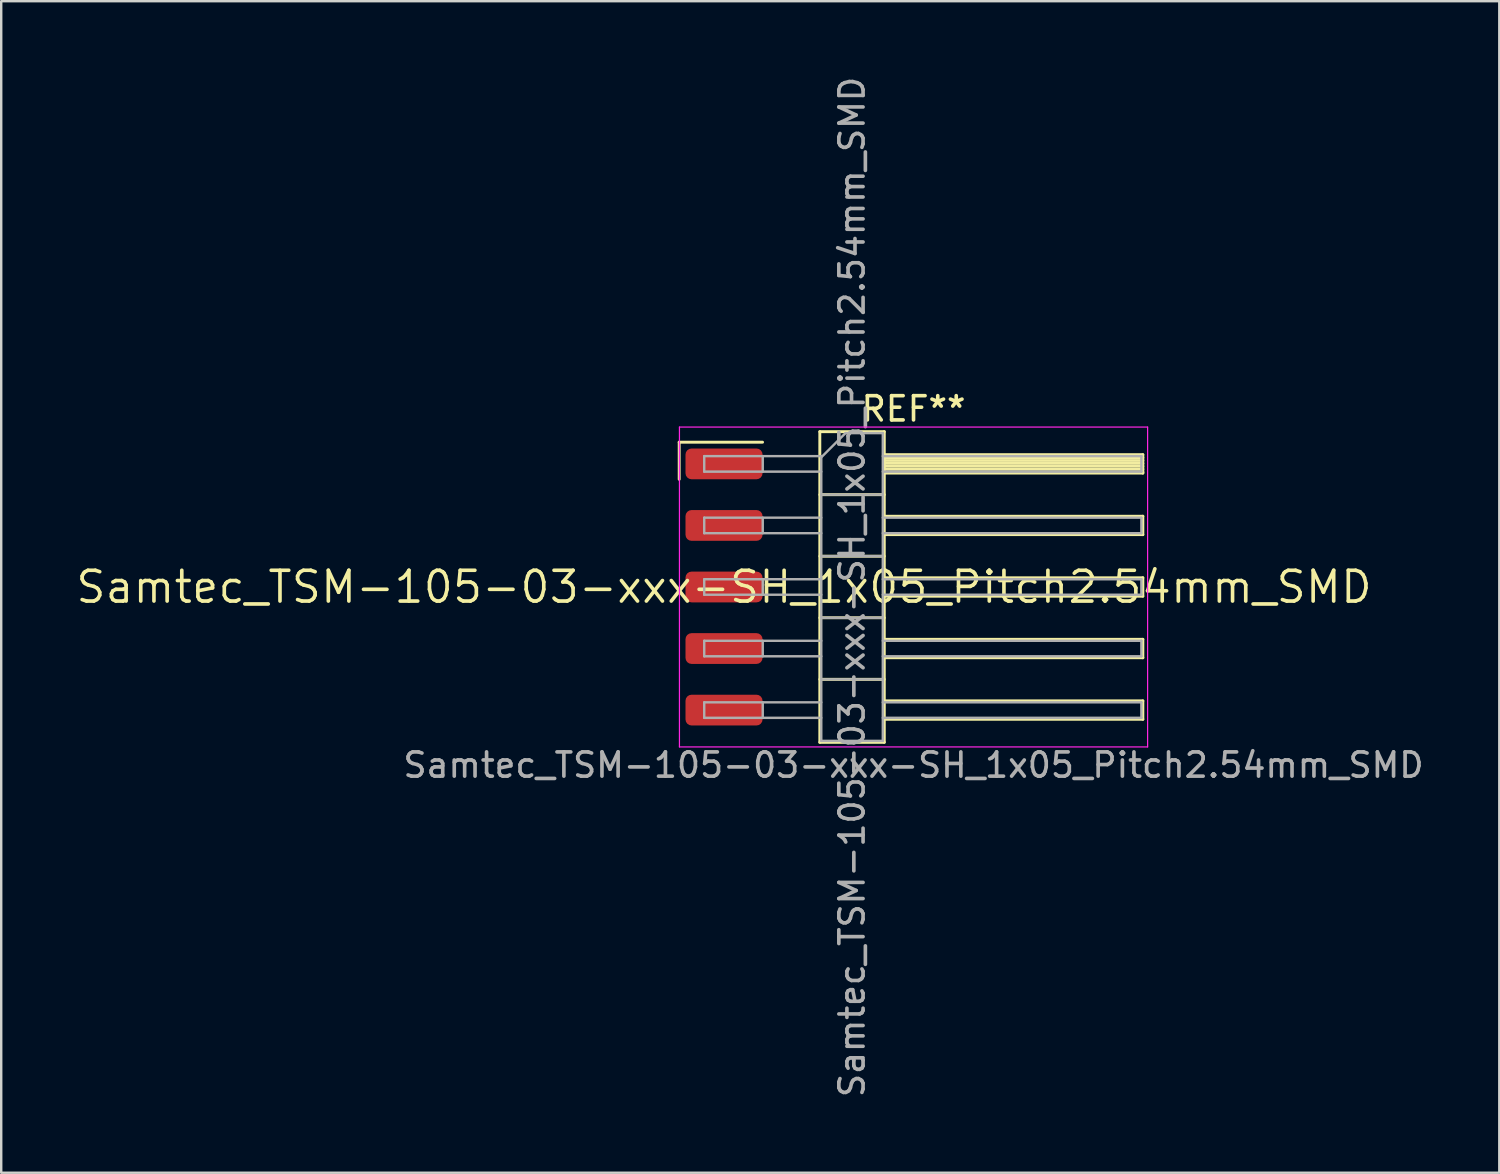
<source format=kicad_pcb>
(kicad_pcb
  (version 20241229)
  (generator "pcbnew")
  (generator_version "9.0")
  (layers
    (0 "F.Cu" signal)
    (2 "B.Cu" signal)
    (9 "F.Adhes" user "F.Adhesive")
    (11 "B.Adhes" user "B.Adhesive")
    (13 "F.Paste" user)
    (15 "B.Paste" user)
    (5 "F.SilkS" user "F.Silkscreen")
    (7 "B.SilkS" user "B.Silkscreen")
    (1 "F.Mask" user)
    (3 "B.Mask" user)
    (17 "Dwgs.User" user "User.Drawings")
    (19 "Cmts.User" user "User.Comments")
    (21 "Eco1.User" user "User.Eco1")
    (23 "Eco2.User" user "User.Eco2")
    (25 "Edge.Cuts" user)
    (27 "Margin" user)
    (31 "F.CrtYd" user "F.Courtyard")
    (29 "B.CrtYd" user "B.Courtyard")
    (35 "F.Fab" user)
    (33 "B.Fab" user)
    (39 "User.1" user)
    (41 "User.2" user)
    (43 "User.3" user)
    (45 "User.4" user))
  (footprint "Samtec_TSM-105-03-xxx-SH_1x05_Pitch2.54mm_SMD"
    (layer "F.Cu")
    (at 26.828 21.173)
    (property "Reference" "Samtec_TSM-105-03-xxx-SH_1x05_Pitch2.54mm_SMD" (at 0 0 0) (layer "F.SilkS") (effects (font (size 1.27 1.27) (thickness 0.15))))
    (attr smd)
    (fp_line (start -1.85 -5.975) (end 1.59 -5.975) (stroke (width 0.12) (type solid)) (layer "F.SilkS"))
    (fp_line (start -1.85 -4.445) (end -1.85 -5.975) (stroke (width 0.12) (type solid)) (layer "F.SilkS"))
    (fp_line (start 3.953 -6.41) (end 6.613 -6.41) (stroke (width 0.12) (type solid)) (layer "F.SilkS"))
    (fp_line (start 3.953 -3.81) (end 6.613 -3.81) (stroke (width 0.12) (type solid)) (layer "F.SilkS"))
    (fp_line (start 3.953 -1.27) (end 6.613 -1.27) (stroke (width 0.12) (type solid)) (layer "F.SilkS"))
    (fp_line (start 3.953 1.27) (end 6.613 1.27) (stroke (width 0.12) (type solid)) (layer "F.SilkS"))
    (fp_line (start 3.953 3.81) (end 6.613 3.81) (stroke (width 0.12) (type solid)) (layer "F.SilkS"))
    (fp_line (start 3.953 6.41) (end 3.953 -6.41) (stroke (width 0.12) (type solid)) (layer "F.SilkS"))
    (fp_line (start 6.613 -6.41) (end 6.613 6.41) (stroke (width 0.12) (type solid)) (layer "F.SilkS"))
    (fp_line (start 6.613 -5.46) (end 17.283 -5.46) (stroke (width 0.12) (type solid)) (layer "F.SilkS"))
    (fp_line (start 6.613 -5.34) (end 17.283 -5.34) (stroke (width 0.12) (type solid)) (layer "F.SilkS"))
    (fp_line (start 6.613 -5.22) (end 17.283 -5.22) (stroke (width 0.12) (type solid)) (layer "F.SilkS"))
    (fp_line (start 6.613 -5.1) (end 17.283 -5.1) (stroke (width 0.12) (type solid)) (layer "F.SilkS"))
    (fp_line (start 6.613 -4.98) (end 17.283 -4.98) (stroke (width 0.12) (type solid)) (layer "F.SilkS"))
    (fp_line (start 6.613 -4.86) (end 17.283 -4.86) (stroke (width 0.12) (type solid)) (layer "F.SilkS"))
    (fp_line (start 6.613 -4.74) (end 17.283 -4.74) (stroke (width 0.12) (type solid)) (layer "F.SilkS"))
    (fp_line (start 6.613 -4.7) (end 17.283 -4.7) (stroke (width 0.12) (type solid)) (layer "F.SilkS"))
    (fp_line (start 6.613 -2.92) (end 17.283 -2.92) (stroke (width 0.12) (type solid)) (layer "F.SilkS"))
    (fp_line (start 6.613 -2.16) (end 17.283 -2.16) (stroke (width 0.12) (type solid)) (layer "F.SilkS"))
    (fp_line (start 6.613 -0.38) (end 17.283 -0.38) (stroke (width 0.12) (type solid)) (layer "F.SilkS"))
    (fp_line (start 6.613 0.38) (end 17.283 0.38) (stroke (width 0.12) (type solid)) (layer "F.SilkS"))
    (fp_line (start 6.613 2.16) (end 17.283 2.16) (stroke (width 0.12) (type solid)) (layer "F.SilkS"))
    (fp_line (start 6.613 2.92) (end 17.283 2.92) (stroke (width 0.12) (type solid)) (layer "F.SilkS"))
    (fp_line (start 6.613 4.7) (end 17.283 4.7) (stroke (width 0.12) (type solid)) (layer "F.SilkS"))
    (fp_line (start 6.613 5.46) (end 17.283 5.46) (stroke (width 0.12) (type solid)) (layer "F.SilkS"))
    (fp_line (start 6.613 6.41) (end 3.953 6.41) (stroke (width 0.12) (type solid)) (layer "F.SilkS"))
    (fp_line (start 17.283 -5.46) (end 17.283 -4.7) (stroke (width 0.12) (type solid)) (layer "F.SilkS"))
    (fp_line (start 17.283 -2.92) (end 17.283 -2.16) (stroke (width 0.12) (type solid)) (layer "F.SilkS"))
    (fp_line (start 17.283 -0.38) (end 17.283 0.38) (stroke (width 0.12) (type solid)) (layer "F.SilkS"))
    (fp_line (start 17.283 2.16) (end 17.283 2.92) (stroke (width 0.12) (type solid)) (layer "F.SilkS"))
    (fp_line (start 17.283 4.7) (end 17.283 5.46) (stroke (width 0.12) (type solid)) (layer "F.SilkS"))
    (fp_line (start -1.84 -6.6) (end 17.48 -6.6) (stroke (width 0.05) (type solid)) (layer "F.CrtYd"))
    (fp_line (start -1.84 6.6) (end -1.84 -6.6) (stroke (width 0.05) (type solid)) (layer "F.CrtYd"))
    (fp_line (start 17.48 -6.6) (end 17.48 6.6) (stroke (width 0.05) (type solid)) (layer "F.CrtYd"))
    (fp_line (start 17.48 6.6) (end -1.84 6.6) (stroke (width 0.05) (type solid)) (layer "F.CrtYd"))
    (fp_line (start -0.817 -5.4) (end -0.817 -4.76) (stroke (width 0.1) (type solid)) (layer "F.Fab"))
    (fp_line (start -0.817 -5.4) (end 4.013 -5.4) (stroke (width 0.1) (type solid)) (layer "F.Fab"))
    (fp_line (start -0.817 -4.76) (end 4.013 -4.76) (stroke (width 0.1) (type solid)) (layer "F.Fab"))
    (fp_line (start -0.817 -2.86) (end -0.817 -2.22) (stroke (width 0.1) (type solid)) (layer "F.Fab"))
    (fp_line (start -0.817 -2.86) (end 4.013 -2.86) (stroke (width 0.1) (type solid)) (layer "F.Fab"))
    (fp_line (start -0.817 -2.22) (end 4.013 -2.22) (stroke (width 0.1) (type solid)) (layer "F.Fab"))
    (fp_line (start -0.817 -0.32) (end -0.817 0.32) (stroke (width 0.1) (type solid)) (layer "F.Fab"))
    (fp_line (start -0.817 -0.32) (end 4.013 -0.32) (stroke (width 0.1) (type solid)) (layer "F.Fab"))
    (fp_line (start -0.817 0.32) (end 4.013 0.32) (stroke (width 0.1) (type solid)) (layer "F.Fab"))
    (fp_line (start -0.817 2.22) (end -0.817 2.86) (stroke (width 0.1) (type solid)) (layer "F.Fab"))
    (fp_line (start -0.817 2.22) (end 4.013 2.22) (stroke (width 0.1) (type solid)) (layer "F.Fab"))
    (fp_line (start -0.817 2.86) (end 4.013 2.86) (stroke (width 0.1) (type solid)) (layer "F.Fab"))
    (fp_line (start -0.817 4.76) (end -0.817 5.4) (stroke (width 0.1) (type solid)) (layer "F.Fab"))
    (fp_line (start -0.817 4.76) (end 4.013 4.76) (stroke (width 0.1) (type solid)) (layer "F.Fab"))
    (fp_line (start -0.817 5.4) (end 4.013 5.4) (stroke (width 0.1) (type solid)) (layer "F.Fab"))
    (fp_line (start 1.598 -5.4) (end 1.598 -4.76) (stroke (width 0.1) (type solid)) (layer "F.Fab"))
    (fp_line (start 1.598 -2.86) (end 1.598 -2.22) (stroke (width 0.1) (type solid)) (layer "F.Fab"))
    (fp_line (start 1.598 -0.32) (end 1.598 0.32) (stroke (width 0.1) (type solid)) (layer "F.Fab"))
    (fp_line (start 1.598 2.22) (end 1.598 2.86) (stroke (width 0.1) (type solid)) (layer "F.Fab"))
    (fp_line (start 1.598 4.76) (end 1.598 5.4) (stroke (width 0.1) (type solid)) (layer "F.Fab"))
    (fp_line (start 4.013 -5.35) (end 5.013 -6.35) (stroke (width 0.1) (type solid)) (layer "F.Fab"))
    (fp_line (start 4.013 -3.81) (end 6.553 -3.81) (stroke (width 0.1) (type solid)) (layer "F.Fab"))
    (fp_line (start 4.013 -1.27) (end 6.553 -1.27) (stroke (width 0.1) (type solid)) (layer "F.Fab"))
    (fp_line (start 4.013 1.27) (end 6.553 1.27) (stroke (width 0.1) (type solid)) (layer "F.Fab"))
    (fp_line (start 4.013 3.81) (end 6.553 3.81) (stroke (width 0.1) (type solid)) (layer "F.Fab"))
    (fp_line (start 4.013 6.35) (end 4.013 -5.35) (stroke (width 0.1) (type solid)) (layer "F.Fab"))
    (fp_line (start 5.013 -6.35) (end 6.553 -6.35) (stroke (width 0.1) (type solid)) (layer "F.Fab"))
    (fp_line (start 6.553 -6.35) (end 6.553 6.35) (stroke (width 0.1) (type solid)) (layer "F.Fab"))
    (fp_line (start 6.553 -5.4) (end 17.223 -5.4) (stroke (width 0.1) (type solid)) (layer "F.Fab"))
    (fp_line (start 6.553 -4.76) (end 17.223 -4.76) (stroke (width 0.1) (type solid)) (layer "F.Fab"))
    (fp_line (start 6.553 -2.86) (end 17.223 -2.86) (stroke (width 0.1) (type solid)) (layer "F.Fab"))
    (fp_line (start 6.553 -2.22) (end 17.223 -2.22) (stroke (width 0.1) (type solid)) (layer "F.Fab"))
    (fp_line (start 6.553 -0.32) (end 17.223 -0.32) (stroke (width 0.1) (type solid)) (layer "F.Fab"))
    (fp_line (start 6.553 0.32) (end 17.223 0.32) (stroke (width 0.1) (type solid)) (layer "F.Fab"))
    (fp_line (start 6.553 2.22) (end 17.223 2.22) (stroke (width 0.1) (type solid)) (layer "F.Fab"))
    (fp_line (start 6.553 2.86) (end 17.223 2.86) (stroke (width 0.1) (type solid)) (layer "F.Fab"))
    (fp_line (start 6.553 4.76) (end 17.223 4.76) (stroke (width 0.1) (type solid)) (layer "F.Fab"))
    (fp_line (start 6.553 5.4) (end 17.223 5.4) (stroke (width 0.1) (type solid)) (layer "F.Fab"))
    (fp_line (start 6.553 6.35) (end 4.013 6.35) (stroke (width 0.1) (type solid)) (layer "F.Fab"))
    (fp_line (start 17.223 -5.4) (end 17.223 -4.76) (stroke (width 0.1) (type solid)) (layer "F.Fab"))
    (fp_line (start 17.223 -2.86) (end 17.223 -2.22) (stroke (width 0.1) (type solid)) (layer "F.Fab"))
    (fp_line (start 17.223 -0.32) (end 17.223 0.32) (stroke (width 0.1) (type solid)) (layer "F.Fab"))
    (fp_line (start 17.223 2.22) (end 17.223 2.86) (stroke (width 0.1) (type solid)) (layer "F.Fab"))
    (fp_line (start 17.223 4.76) (end 17.223 5.4) (stroke (width 0.1) (type solid)) (layer "F.Fab"))
    (fp_text user "REF**" (at 7.82 -7.35 0) (layer "F.SilkS") (effects (font (size 1 1) (thickness 0.15))))
    (fp_text user "Samtec_TSM-105-03-xxx-SH_1x05_Pitch2.54mm_SMD" (at 7.82 7.35 0) (layer "F.Fab") (effects (font (size 1 1) (thickness 0.15))))
    (fp_text user "${REFERENCE}" (at 5.283 0 90) (layer "F.Fab") (effects (font (size 1 1) (thickness 0.15))))
    (pad "1" smd roundrect (at 0 -5.08) (size 3.18 1.27) (layers "F.Cu" "F.Mask" "F.Paste") (roundrect_rratio 0.197))
    (pad "2" smd roundrect (at 0 -2.54) (size 3.18 1.27) (layers "F.Cu" "F.Mask" "F.Paste") (roundrect_rratio 0.197))
    (pad "3" smd roundrect (at 0 0) (size 3.18 1.27) (layers "F.Cu" "F.Mask" "F.Paste") (roundrect_rratio 0.197))
    (pad "4" smd roundrect (at 0 2.54) (size 3.18 1.27) (layers "F.Cu" "F.Mask" "F.Paste") (roundrect_rratio 0.197))
    (pad "5" smd roundrect (at 0 5.08) (size 3.18 1.27) (layers "F.Cu" "F.Mask" "F.Paste") (roundrect_rratio 0.197)))
  (gr_rect
    (start -3 -3)
    (end 58.821 45.345)
    (stroke (width 0.1) (type default))
    (fill no)
    (layer "Edge.Cuts")))
</source>
